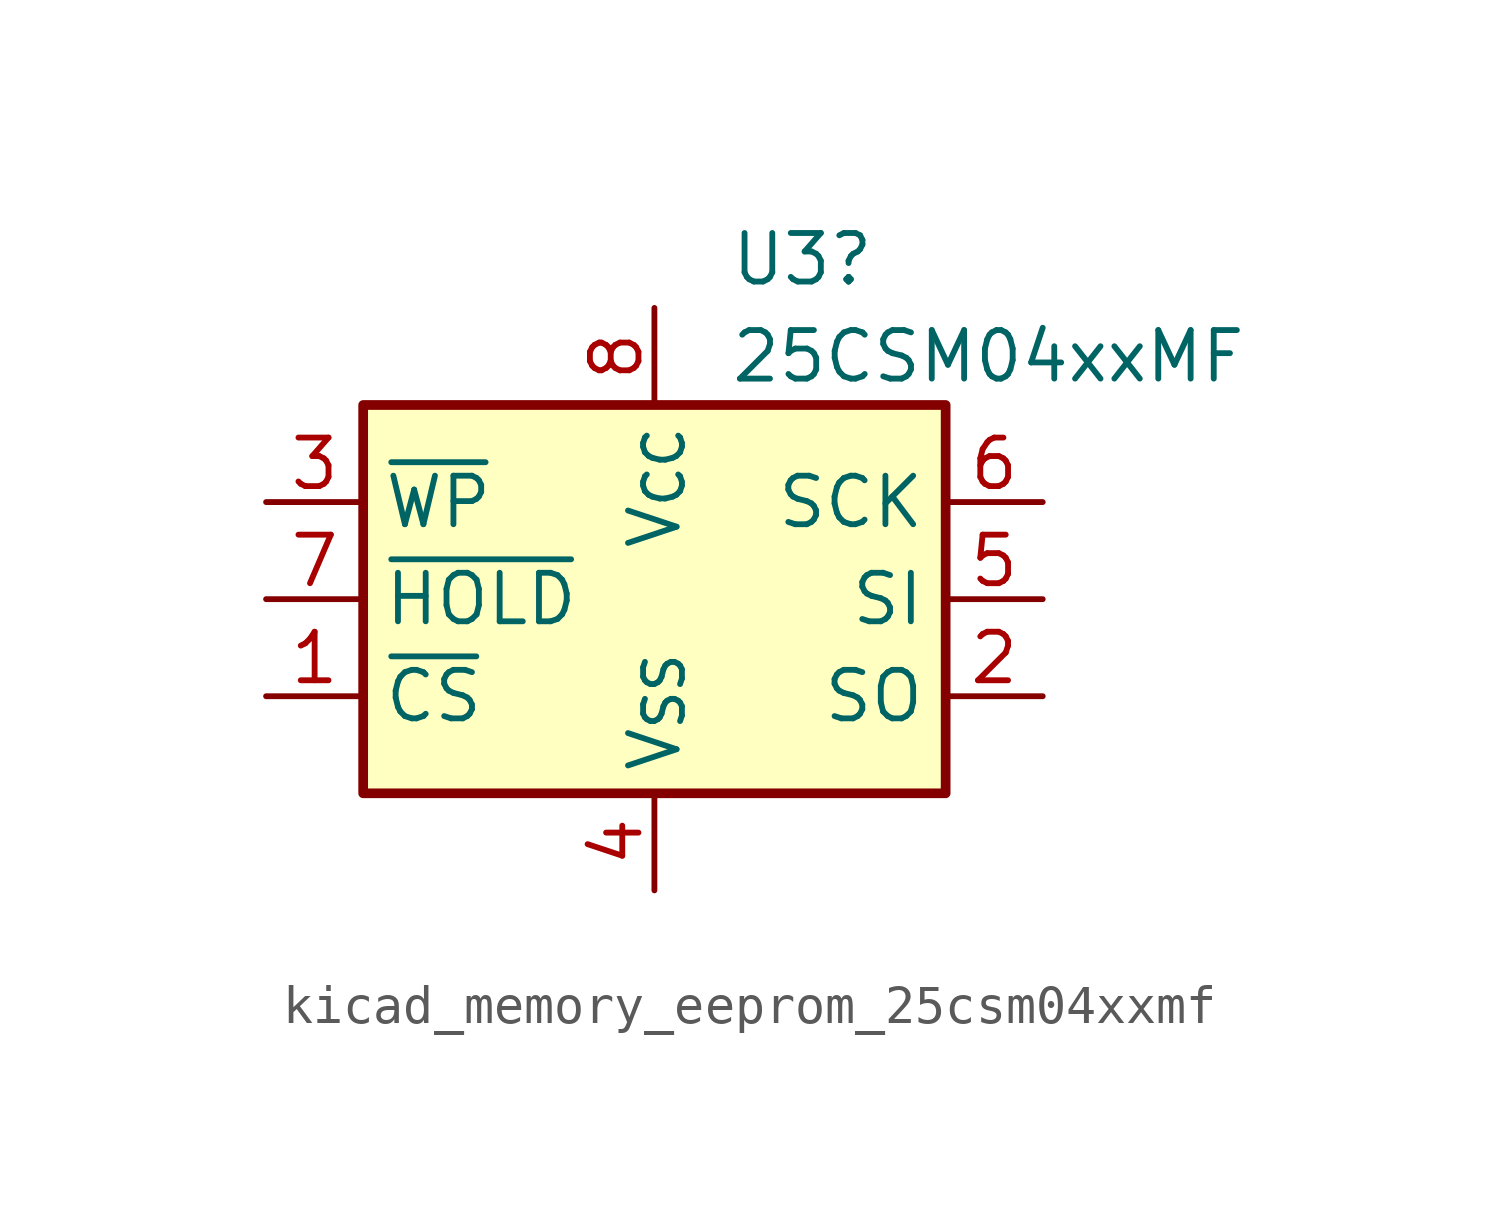
<source format=kicad_sym>
(kicad_symbol_lib
  (version 20220914)
  (generator kicad_symbol_editor)
  (symbol "kicad_memory_eeprom_25csm04xxmf"
    (property "Reference" "U3"
      (at 1.956 8.89 0)
      (effects (font (size 1.27 1.27)) (justify left)))
    (property "Value" "25CSM04xxMF"
      (at 1.956 6.35 0)
      (effects (font (size 1.27 1.27)) (justify left)))
    (symbol "kicad_memory_eeprom_25csm04xxmf_1_1"
      (rectangle (start -7.62 5.08) (end 7.62 -5.08) (stroke (width 0.254) (type default)) (fill (type background)))
      (pin input line (at -10.16 -2.54 0) (length 2.54) (name "~{CS}" (effects (font (size 1.27 1.27)))) (number "1" (effects (font (size 1.27 1.27)))))
      (pin tri_state line (at 10.16 -2.54 180) (length 2.54) (name "SO" (effects (font (size 1.27 1.27)))) (number "2" (effects (font (size 1.27 1.27)))))
      (pin input line (at -10.16 2.54 0) (length 2.54) (name "~{WP}" (effects (font (size 1.27 1.27)))) (number "3" (effects (font (size 1.27 1.27)))))
      (pin power_in line (at 0 -7.62 90) (length 2.54) (name "V_{SS}" (effects (font (size 1.27 1.27)))) (number "4" (effects (font (size 1.27 1.27)))))
      (pin input line (at 10.16 0 180) (length 2.54) (name "SI" (effects (font (size 1.27 1.27)))) (number "5" (effects (font (size 1.27 1.27)))))
      (pin input line (at 10.16 2.54 180) (length 2.54) (name "SCK" (effects (font (size 1.27 1.27)))) (number "6" (effects (font (size 1.27 1.27)))))
      (pin input line (at -10.16 0 0) (length 2.54) (name "~{HOLD}" (effects (font (size 1.27 1.27)))) (number "7" (effects (font (size 1.27 1.27)))))
      (pin power_in line (at 0 7.62 270) (length 2.54) (name "V_{CC}" (effects (font (size 1.27 1.27)))) (number "8" (effects (font (size 1.27 1.27))))))))
</source>
